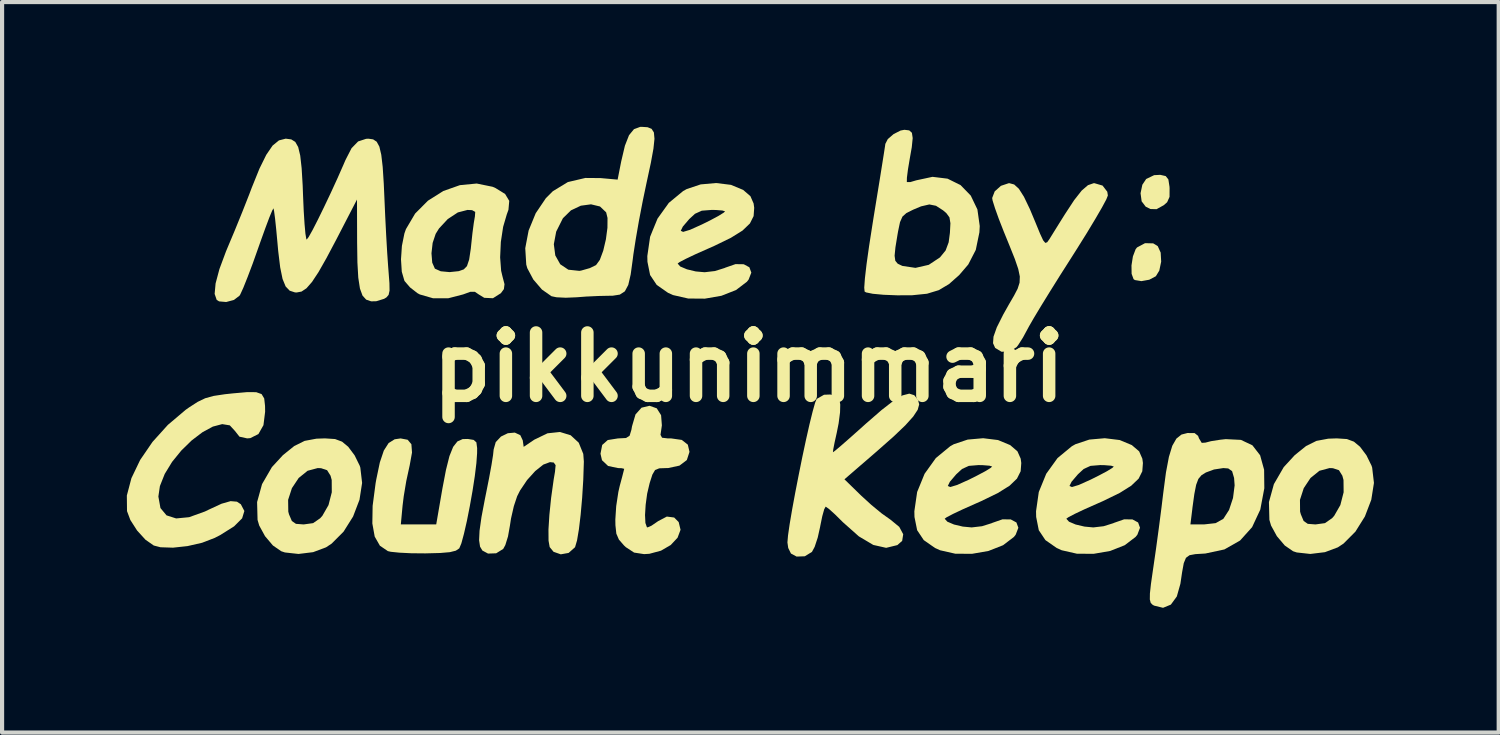
<source format=kicad_pcb>
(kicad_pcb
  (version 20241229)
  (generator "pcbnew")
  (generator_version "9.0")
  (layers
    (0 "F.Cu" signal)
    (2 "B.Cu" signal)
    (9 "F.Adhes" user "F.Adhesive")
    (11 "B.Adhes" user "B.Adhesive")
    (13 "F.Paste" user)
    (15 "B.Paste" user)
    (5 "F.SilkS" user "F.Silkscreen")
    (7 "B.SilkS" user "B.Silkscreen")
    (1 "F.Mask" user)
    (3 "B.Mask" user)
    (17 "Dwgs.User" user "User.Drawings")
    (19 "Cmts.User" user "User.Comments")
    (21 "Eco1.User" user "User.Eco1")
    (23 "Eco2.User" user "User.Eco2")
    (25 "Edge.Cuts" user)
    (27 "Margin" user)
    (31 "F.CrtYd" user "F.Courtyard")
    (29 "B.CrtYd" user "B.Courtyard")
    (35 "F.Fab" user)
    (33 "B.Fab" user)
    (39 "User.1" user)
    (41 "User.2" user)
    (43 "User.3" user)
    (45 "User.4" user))
  (footprint "pikkunimmari"
    (layer "F.Cu")
    (at 14.956 5.779)
    (property "Reference" "pikkunimmari" (at 0 0 0) (layer "F.SilkS") (effects (font (size 1.524 1.524) (thickness 0.3))))
    (attr board_only exclude_from_pos_files exclude_from_bom)
    (fp_poly (pts (xy 9.724 -2.977) (xy 9.832 -2.911) (xy 9.903 -2.755) (xy 9.915 -2.538) (xy 9.87 -2.323) (xy 9.787 -2.187) (xy 9.629 -2.103) (xy 9.439 -2.069) (xy 9.283 -2.095) (xy 9.251 -2.117) (xy 9.204 -2.245) (xy 9.201 -2.447) (xy 9.235 -2.663) (xy 9.3 -2.835) (xy 9.334 -2.879) (xy 9.527 -2.982)) (stroke (width 0) (type solid)) (fill yes) (layer "F.SilkS"))
    (fp_poly (pts (xy 10.024 -4.595) (xy 10.088 -4.514) (xy 10.115 -4.339) (xy 10.117 -4.305) (xy 10.116 -4.095) (xy 10.058 -3.966) (xy 9.977 -3.895) (xy 9.803 -3.799) (xy 9.657 -3.803) (xy 9.543 -3.859) (xy 9.445 -3.988) (xy 9.419 -4.183) (xy 9.462 -4.387) (xy 9.554 -4.525) (xy 9.745 -4.617) (xy 9.893 -4.625)) (stroke (width 0) (type solid)) (fill yes) (layer "F.SilkS"))
    (fp_poly (pts (xy -8.204 1.745) (xy -8.114 1.852) (xy -8.099 2.052) (xy -8.155 2.362) (xy -8.164 2.402) (xy -8.237 2.738) (xy -8.298 3.103) (xy -8.326 3.33) (xy -8.368 3.781) (xy -7.517 3.781) (xy -7.369 2.923) (xy -7.282 2.468) (xy -7.199 2.138) (xy -7.11 1.916) (xy -7.007 1.785) (xy -6.881 1.729) (xy -6.756 1.726) (xy -6.616 1.749) (xy -6.551 1.808) (xy -6.533 1.946) (xy -6.534 2.069) (xy -6.551 2.306) (xy -6.589 2.618) (xy -6.644 2.975) (xy -6.71 3.346) (xy -6.78 3.7) (xy -6.85 4.006) (xy -6.912 4.235) (xy -6.962 4.355) (xy -6.965 4.358) (xy -7.045 4.412) (xy -7.189 4.448) (xy -7.423 4.468) (xy -7.772 4.477) (xy -7.795 4.477) (xy -8.12 4.474) (xy -8.404 4.46) (xy -8.608 4.439) (xy -8.679 4.423) (xy -8.871 4.293) (xy -8.996 4.074) (xy -9.053 3.758) (xy -9.046 3.335) (xy -8.975 2.794) (xy -8.959 2.703) (xy -8.873 2.291) (xy -8.777 2.005) (xy -8.662 1.825) (xy -8.517 1.734) (xy -8.374 1.713)) (stroke (width 0) (type solid)) (fill yes) (layer "F.SilkS"))
    (fp_poly (pts (xy -9.949 1.728) (xy -9.781 1.791) (xy -9.633 1.914) (xy -9.479 2.12) (xy -9.357 2.368) (xy -9.342 2.414) (xy -9.299 2.783) (xy -9.362 3.188) (xy -9.516 3.591) (xy -9.745 3.955) (xy -10.031 4.242) (xy -10.167 4.332) (xy -10.477 4.448) (xy -10.829 4.491) (xy -11.155 4.455) (xy -11.243 4.426) (xy -11.443 4.288) (xy -11.633 4.064) (xy -11.773 3.808) (xy -11.813 3.672) (xy -11.824 3.243) (xy -11.809 3.19) (xy -11.078 3.19) (xy -11.074 3.473) (xy -11.057 3.538) (xy -10.988 3.699) (xy -10.89 3.767) (xy -10.707 3.781) (xy -10.703 3.781) (xy -10.477 3.75) (xy -10.307 3.632) (xy -10.255 3.574) (xy -10.107 3.316) (xy -10.028 3.008) (xy -10.03 2.712) (xy -10.058 2.609) (xy -10.141 2.477) (xy -10.286 2.429) (xy -10.367 2.426) (xy -10.61 2.491) (xy -10.824 2.664) (xy -10.987 2.909) (xy -11.078 3.19) (xy -11.809 3.19) (xy -11.705 2.812) (xy -11.468 2.403) (xy -11.203 2.115) (xy -10.931 1.896) (xy -10.681 1.772) (xy -10.397 1.719) (xy -10.193 1.712)) (stroke (width 0) (type solid)) (fill yes) (layer "F.SilkS"))
    (fp_poly (pts (xy 14.381 1.728) (xy 14.549 1.791) (xy 14.697 1.914) (xy 14.851 2.12) (xy 14.973 2.368) (xy 14.988 2.414) (xy 15.031 2.783) (xy 14.967 3.188) (xy 14.813 3.591) (xy 14.585 3.955) (xy 14.299 4.242) (xy 14.163 4.332) (xy 13.853 4.448) (xy 13.501 4.491) (xy 13.175 4.455) (xy 13.087 4.426) (xy 12.887 4.288) (xy 12.697 4.064) (xy 12.557 3.808) (xy 12.517 3.672) (xy 12.506 3.243) (xy 12.521 3.19) (xy 13.252 3.19) (xy 13.255 3.473) (xy 13.273 3.538) (xy 13.341 3.699) (xy 13.44 3.767) (xy 13.623 3.781) (xy 13.627 3.781) (xy 13.853 3.75) (xy 14.023 3.632) (xy 14.075 3.574) (xy 14.223 3.316) (xy 14.302 3.008) (xy 14.299 2.712) (xy 14.271 2.609) (xy 14.189 2.477) (xy 14.044 2.429) (xy 13.963 2.426) (xy 13.72 2.491) (xy 13.506 2.664) (xy 13.343 2.909) (xy 13.252 3.19) (xy 12.521 3.19) (xy 12.625 2.812) (xy 12.862 2.403) (xy 13.127 2.115) (xy 13.399 1.896) (xy 13.649 1.772) (xy 13.933 1.719) (xy 14.137 1.712)) (stroke (width 0) (type solid)) (fill yes) (layer "F.SilkS"))
    (fp_poly (pts (xy -11.846 0.601) (xy -11.716 0.647) (xy -11.653 0.752) (xy -11.633 0.931) (xy -11.631 1.072) (xy -11.671 1.394) (xy -11.792 1.608) (xy -11.988 1.706) (xy -12.063 1.712) (xy -12.248 1.671) (xy -12.356 1.534) (xy -12.48 1.399) (xy -12.663 1.369) (xy -12.889 1.429) (xy -13.139 1.565) (xy -13.398 1.762) (xy -13.646 2.004) (xy -13.868 2.277) (xy -14.045 2.567) (xy -14.161 2.858) (xy -14.198 3.11) (xy -14.148 3.387) (xy -14.002 3.563) (xy -13.77 3.637) (xy -13.459 3.607) (xy -13.078 3.47) (xy -12.985 3.425) (xy -12.678 3.283) (xy -12.461 3.221) (xy -12.309 3.234) (xy -12.215 3.296) (xy -12.13 3.458) (xy -12.184 3.634) (xy -12.377 3.827) (xy -12.711 4.037) (xy -12.843 4.105) (xy -13.147 4.222) (xy -13.497 4.302) (xy -13.846 4.34) (xy -14.147 4.33) (xy -14.309 4.288) (xy -14.508 4.149) (xy -14.71 3.927) (xy -14.872 3.674) (xy -14.952 3.461) (xy -14.956 3.086) (xy -14.846 2.669) (xy -14.636 2.231) (xy -14.339 1.797) (xy -13.969 1.387) (xy -13.54 1.024) (xy -13.459 0.967) (xy -13.253 0.834) (xy -13.072 0.747) (xy -12.869 0.691) (xy -12.596 0.65) (xy -12.408 0.63) (xy -12.068 0.6)) (stroke (width 0) (type solid)) (fill yes) (layer "F.SilkS"))
    (fp_poly (pts (xy -4.284 1.637) (xy -4.09 1.816) (xy -3.981 2.085) (xy -3.967 2.271) (xy -3.981 2.706) (xy -4.008 3.141) (xy -4.044 3.547) (xy -4.086 3.899) (xy -4.131 4.166) (xy -4.177 4.323) (xy -4.184 4.334) (xy -4.333 4.466) (xy -4.522 4.5) (xy -4.696 4.439) (xy -4.789 4.325) (xy -4.816 4.172) (xy -4.818 3.906) (xy -4.796 3.553) (xy -4.754 3.142) (xy -4.692 2.697) (xy -4.661 2.515) (xy -4.646 2.356) (xy -4.691 2.293) (xy -4.782 2.283) (xy -4.941 2.342) (xy -5.135 2.496) (xy -5.332 2.714) (xy -5.501 2.965) (xy -5.571 3.103) (xy -5.65 3.34) (xy -5.718 3.637) (xy -5.746 3.817) (xy -5.791 4.07) (xy -5.855 4.277) (xy -5.906 4.37) (xy -6.075 4.475) (xy -6.271 4.482) (xy -6.407 4.409) (xy -6.463 4.315) (xy -6.486 4.161) (xy -6.475 3.932) (xy -6.429 3.606) (xy -6.346 3.168) (xy -6.314 3.01) (xy -6.245 2.662) (xy -6.188 2.351) (xy -6.15 2.111) (xy -6.136 1.978) (xy -6.086 1.802) (xy -5.96 1.668) (xy -5.795 1.588) (xy -5.627 1.573) (xy -5.495 1.635) (xy -5.436 1.761) (xy -5.414 1.916) (xy -5.158 1.743) (xy -4.841 1.59) (xy -4.542 1.558)) (stroke (width 0) (type solid)) (fill yes) (layer "F.SilkS"))
    (fp_poly (pts (xy 8.505 -4.367) (xy 8.619 -4.219) (xy 8.633 -4.129) (xy 8.596 -4.035) (xy 8.492 -3.841) (xy 8.331 -3.564) (xy 8.126 -3.224) (xy 7.886 -2.84) (xy 7.751 -2.627) (xy 7.486 -2.211) (xy 7.239 -1.816) (xy 7.022 -1.464) (xy 6.85 -1.178) (xy 6.736 -0.98) (xy 6.708 -0.928) (xy 6.591 -0.712) (xy 6.478 -0.534) (xy 6.438 -0.482) (xy 6.269 -0.376) (xy 6.075 -0.371) (xy 5.923 -0.463) (xy 5.872 -0.576) (xy 5.883 -0.734) (xy 5.962 -0.957) (xy 6.116 -1.264) (xy 6.253 -1.508) (xy 6.377 -1.721) (xy 6.463 -1.886) (xy 6.51 -2.031) (xy 6.516 -2.18) (xy 6.478 -2.362) (xy 6.396 -2.602) (xy 6.266 -2.927) (xy 6.127 -3.268) (xy 6.011 -3.565) (xy 5.919 -3.822) (xy 5.862 -4.004) (xy 5.851 -4.068) (xy 5.912 -4.227) (xy 6.062 -4.361) (xy 6.247 -4.423) (xy 6.265 -4.424) (xy 6.38 -4.393) (xy 6.493 -4.29) (xy 6.615 -4.098) (xy 6.758 -3.8) (xy 6.891 -3.482) (xy 7.003 -3.209) (xy 7.077 -3.05) (xy 7.129 -2.988) (xy 7.174 -3.004) (xy 7.227 -3.078) (xy 7.318 -3.225) (xy 7.454 -3.444) (xy 7.598 -3.674) (xy 7.823 -4.017) (xy 8.003 -4.246) (xy 8.154 -4.376) (xy 8.289 -4.423) (xy 8.31 -4.424)) (stroke (width 0) (type solid)) (fill yes) (layer "F.SilkS"))
    (fp_poly (pts (xy -6.162 -4.338) (xy -6.091 -4.307) (xy -5.86 -4.164) (xy -5.761 -3.999) (xy -5.78 -3.785) (xy -5.821 -3.671) (xy -5.908 -3.374) (xy -5.963 -3.012) (xy -5.98 -2.641) (xy -5.956 -2.318) (xy -5.924 -2.183) (xy -5.875 -1.996) (xy -5.89 -1.877) (xy -5.962 -1.779) (xy -6.153 -1.658) (xy -6.362 -1.668) (xy -6.494 -1.749) (xy -6.588 -1.813) (xy -6.695 -1.813) (xy -6.872 -1.749) (xy -7.228 -1.657) (xy -7.593 -1.657) (xy -7.912 -1.749) (xy -7.969 -1.78) (xy -8.147 -1.919) (xy -8.276 -2.069) (xy -8.283 -2.082) (xy -8.345 -2.296) (xy -8.364 -2.593) (xy -8.354 -2.739) (xy -7.631 -2.739) (xy -7.613 -2.514) (xy -7.549 -2.369) (xy -7.408 -2.306) (xy -7.195 -2.286) (xy -6.975 -2.309) (xy -6.854 -2.352) (xy -6.778 -2.43) (xy -6.725 -2.588) (xy -6.685 -2.853) (xy -6.676 -2.941) (xy -6.646 -3.222) (xy -6.614 -3.464) (xy -6.588 -3.618) (xy -6.587 -3.621) (xy -6.579 -3.734) (xy -6.655 -3.776) (xy -6.765 -3.781) (xy -6.997 -3.721) (xy -7.24 -3.561) (xy -7.45 -3.335) (xy -7.53 -3.206) (xy -7.603 -2.988) (xy -7.631 -2.739) (xy -8.354 -2.739) (xy -8.342 -2.917) (xy -8.282 -3.215) (xy -8.245 -3.32) (xy -8.024 -3.694) (xy -7.715 -4.004) (xy -7.347 -4.236) (xy -6.947 -4.377) (xy -6.543 -4.416)) (stroke (width 0) (type solid)) (fill yes) (layer "F.SilkS"))
    (fp_poly (pts (xy -0.429 -4.384) (xy -0.138 -4.263) (xy -0.135 -4.261) (xy 0.038 -4.112) (xy 0.115 -3.936) (xy 0.129 -3.832) (xy 0.115 -3.633) (xy 0.026 -3.456) (xy -0.152 -3.285) (xy -0.433 -3.11) (xy -0.834 -2.915) (xy -0.981 -2.85) (xy -1.274 -2.72) (xy -1.51 -2.608) (xy -1.665 -2.527) (xy -1.712 -2.492) (xy -1.649 -2.421) (xy -1.488 -2.353) (xy -1.276 -2.302) (xy -1.063 -2.283) (xy -0.815 -2.312) (xy -0.585 -2.384) (xy -0.563 -2.394) (xy -0.321 -2.478) (xy -0.122 -2.475) (xy 0.013 -2.402) (xy 0.06 -2.274) (xy -0.005 -2.107) (xy -0.047 -2.054) (xy -0.308 -1.855) (xy -0.659 -1.717) (xy -1.056 -1.648) (xy -1.458 -1.651) (xy -1.823 -1.734) (xy -1.943 -1.788) (xy -2.215 -1.978) (xy -2.374 -2.216) (xy -2.438 -2.534) (xy -2.441 -2.672) (xy -2.374 -3.135) (xy -2.316 -3.279) (xy -1.637 -3.279) (xy -1.58 -3.253) (xy -1.412 -3.304) (xy -1.13 -3.431) (xy -0.932 -3.529) (xy -0.736 -3.634) (xy -0.605 -3.715) (xy -0.571 -3.747) (xy -0.635 -3.767) (xy -0.797 -3.78) (xy -0.899 -3.781) (xy -1.131 -3.763) (xy -1.296 -3.688) (xy -1.434 -3.56) (xy -1.587 -3.381) (xy -1.637 -3.279) (xy -2.316 -3.279) (xy -2.195 -3.573) (xy -1.924 -3.951) (xy -1.58 -4.235) (xy -1.492 -4.284) (xy -1.159 -4.395) (xy -0.787 -4.428)) (stroke (width 0) (type solid)) (fill yes) (layer "F.SilkS"))
    (fp_poly (pts (xy 5.992 1.752) (xy 6.283 1.873) (xy 6.286 1.875) (xy 6.459 2.024) (xy 6.537 2.2) (xy 6.551 2.304) (xy 6.536 2.503) (xy 6.447 2.68) (xy 6.27 2.85) (xy 5.988 3.026) (xy 5.587 3.221) (xy 5.44 3.286) (xy 5.148 3.416) (xy 4.911 3.528) (xy 4.756 3.609) (xy 4.709 3.644) (xy 4.773 3.715) (xy 4.933 3.783) (xy 5.145 3.833) (xy 5.358 3.853) (xy 5.607 3.824) (xy 5.837 3.752) (xy 5.859 3.742) (xy 6.1 3.658) (xy 6.299 3.661) (xy 6.434 3.734) (xy 6.481 3.861) (xy 6.416 4.029) (xy 6.374 4.082) (xy 6.113 4.281) (xy 5.762 4.419) (xy 5.365 4.488) (xy 4.963 4.485) (xy 4.598 4.402) (xy 4.478 4.348) (xy 4.206 4.158) (xy 4.047 3.92) (xy 3.983 3.602) (xy 3.98 3.464) (xy 4.047 3.001) (xy 4.106 2.857) (xy 4.784 2.857) (xy 4.841 2.882) (xy 5.009 2.832) (xy 5.292 2.705) (xy 5.489 2.606) (xy 5.685 2.502) (xy 5.816 2.421) (xy 5.851 2.389) (xy 5.787 2.369) (xy 5.625 2.356) (xy 5.522 2.354) (xy 5.29 2.373) (xy 5.126 2.448) (xy 4.987 2.576) (xy 4.834 2.755) (xy 4.784 2.857) (xy 4.106 2.857) (xy 4.226 2.563) (xy 4.497 2.185) (xy 4.842 1.901) (xy 4.929 1.852) (xy 5.262 1.741) (xy 5.634 1.708)) (stroke (width 0) (type solid)) (fill yes) (layer "F.SilkS"))
    (fp_poly (pts (xy 8.918 1.752) (xy 9.208 1.873) (xy 9.211 1.875) (xy 9.385 2.024) (xy 9.462 2.2) (xy 9.476 2.304) (xy 9.461 2.503) (xy 9.373 2.68) (xy 9.195 2.85) (xy 8.913 3.026) (xy 8.513 3.221) (xy 8.366 3.286) (xy 8.073 3.416) (xy 7.836 3.528) (xy 7.682 3.609) (xy 7.634 3.644) (xy 7.698 3.715) (xy 7.858 3.783) (xy 8.071 3.833) (xy 8.283 3.853) (xy 8.532 3.824) (xy 8.762 3.752) (xy 8.784 3.742) (xy 9.025 3.658) (xy 9.225 3.661) (xy 9.36 3.734) (xy 9.406 3.861) (xy 9.342 4.029) (xy 9.299 4.082) (xy 9.038 4.281) (xy 8.688 4.419) (xy 8.29 4.488) (xy 7.888 4.485) (xy 7.523 4.402) (xy 7.403 4.348) (xy 7.131 4.158) (xy 6.972 3.92) (xy 6.909 3.602) (xy 6.906 3.464) (xy 6.972 3.001) (xy 7.031 2.857) (xy 7.71 2.857) (xy 7.767 2.882) (xy 7.934 2.832) (xy 8.217 2.705) (xy 8.415 2.606) (xy 8.611 2.502) (xy 8.742 2.421) (xy 8.776 2.389) (xy 8.712 2.369) (xy 8.55 2.356) (xy 8.448 2.354) (xy 8.215 2.373) (xy 8.051 2.448) (xy 7.913 2.576) (xy 7.76 2.755) (xy 7.71 2.857) (xy 7.031 2.857) (xy 7.151 2.563) (xy 7.423 2.185) (xy 7.767 1.901) (xy 7.854 1.852) (xy 8.187 1.741) (xy 8.559 1.708)) (stroke (width 0) (type solid)) (fill yes) (layer "F.SilkS"))
    (fp_poly (pts (xy -2.214 0.989) (xy -2.11 1.154) (xy -2.091 1.398) (xy -2.101 1.47) (xy -2.124 1.627) (xy -2.087 1.696) (xy -1.955 1.712) (xy -1.873 1.712) (xy -1.612 1.749) (xy -1.467 1.863) (xy -1.427 2.037) (xy -1.491 2.233) (xy -1.668 2.367) (xy -1.937 2.425) (xy -1.983 2.426) (xy -2.154 2.432) (xy -2.254 2.472) (xy -2.319 2.582) (xy -2.387 2.794) (xy -2.387 2.796) (xy -2.445 3.042) (xy -2.481 3.308) (xy -2.496 3.555) (xy -2.487 3.746) (xy -2.452 3.846) (xy -2.435 3.853) (xy -2.342 3.812) (xy -2.198 3.714) (xy -2.186 3.705) (xy -1.972 3.592) (xy -1.795 3.615) (xy -1.687 3.724) (xy -1.642 3.91) (xy -1.714 4.101) (xy -1.878 4.276) (xy -2.112 4.412) (xy -2.391 4.487) (xy -2.519 4.495) (xy -2.759 4.458) (xy -2.959 4.327) (xy -3.002 4.286) (xy -3.124 4.146) (xy -3.186 4.003) (xy -3.208 3.8) (xy -3.21 3.662) (xy -3.189 3.34) (xy -3.137 2.998) (xy -3.104 2.854) (xy -3.046 2.638) (xy -3.008 2.489) (xy -2.997 2.444) (xy -3.057 2.429) (xy -3.144 2.426) (xy -3.384 2.376) (xy -3.531 2.237) (xy -3.567 2.081) (xy -3.526 1.87) (xy -3.392 1.752) (xy -3.148 1.713) (xy -3.126 1.712) (xy -2.953 1.703) (xy -2.867 1.648) (xy -2.824 1.507) (xy -2.809 1.422) (xy -2.725 1.136) (xy -2.58 0.974) (xy -2.388 0.928)) (stroke (width 0) (type solid)) (fill yes) (layer "F.SilkS"))
    (fp_poly (pts (xy -2.435 -5.77) (xy -2.338 -5.731) (xy -2.283 -5.644) (xy -2.269 -5.491) (xy -2.294 -5.253) (xy -2.356 -4.914) (xy -2.455 -4.454) (xy -2.457 -4.445) (xy -2.552 -3.991) (xy -2.643 -3.518) (xy -2.72 -3.074) (xy -2.777 -2.706) (xy -2.79 -2.6) (xy -2.841 -2.229) (xy -2.899 -1.978) (xy -2.981 -1.824) (xy -3.102 -1.745) (xy -3.276 -1.718) (xy -3.384 -1.717) (xy -3.616 -1.712) (xy -3.915 -1.698) (xy -4.138 -1.681) (xy -4.402 -1.67) (xy -4.626 -1.681) (xy -4.745 -1.706) (xy -4.974 -1.866) (xy -5.183 -2.109) (xy -5.327 -2.38) (xy -5.352 -2.467) (xy -5.376 -2.86) (xy -5.358 -2.957) (xy -4.689 -2.957) (xy -4.654 -2.687) (xy -4.535 -2.475) (xy -4.34 -2.344) (xy -4.077 -2.316) (xy -4.035 -2.322) (xy -3.824 -2.382) (xy -3.674 -2.455) (xy -3.583 -2.58) (xy -3.501 -2.801) (xy -3.437 -3.073) (xy -3.4 -3.351) (xy -3.398 -3.588) (xy -3.431 -3.723) (xy -3.579 -3.864) (xy -3.795 -3.916) (xy -4.04 -3.883) (xy -4.277 -3.771) (xy -4.468 -3.584) (xy -4.474 -3.575) (xy -4.632 -3.26) (xy -4.689 -2.957) (xy -5.358 -2.957) (xy -5.295 -3.286) (xy -5.125 -3.701) (xy -4.881 -4.063) (xy -4.712 -4.232) (xy -4.352 -4.451) (xy -3.931 -4.55) (xy -3.565 -4.547) (xy -3.155 -4.51) (xy -3.069 -4.947) (xy -2.98 -5.325) (xy -2.881 -5.578) (xy -2.762 -5.723) (xy -2.613 -5.778) (xy -2.575 -5.779)) (stroke (width 0) (type solid)) (fill yes) (layer "F.SilkS"))
    (fp_poly (pts (xy 10.719 1.585) (xy 10.802 1.651) (xy 10.824 1.711) (xy 10.89 1.82) (xy 10.979 1.814) (xy 11.114 1.779) (xy 11.331 1.745) (xy 11.468 1.73) (xy 11.832 1.748) (xy 12.108 1.878) (xy 12.294 2.118) (xy 12.39 2.466) (xy 12.395 2.911) (xy 12.298 3.425) (xy 12.101 3.847) (xy 11.812 4.168) (xy 11.436 4.382) (xy 10.98 4.48) (xy 10.954 4.482) (xy 10.738 4.495) (xy 10.597 4.521) (xy 10.511 4.584) (xy 10.458 4.712) (xy 10.418 4.931) (xy 10.377 5.208) (xy 10.291 5.513) (xy 10.148 5.709) (xy 9.96 5.786) (xy 9.744 5.733) (xy 9.706 5.711) (xy 9.663 5.667) (xy 9.642 5.585) (xy 9.644 5.442) (xy 9.669 5.212) (xy 9.718 4.87) (xy 9.728 4.802) (xy 9.79 4.373) (xy 9.858 3.872) (xy 9.87 3.781) (xy 10.618 3.781) (xy 10.945 3.781) (xy 11.224 3.75) (xy 11.406 3.648) (xy 11.412 3.643) (xy 11.547 3.433) (xy 11.642 3.146) (xy 11.681 2.842) (xy 11.668 2.664) (xy 11.62 2.5) (xy 11.528 2.435) (xy 11.409 2.426) (xy 11.185 2.46) (xy 10.99 2.532) (xy 10.884 2.598) (xy 10.809 2.687) (xy 10.756 2.828) (xy 10.712 3.051) (xy 10.666 3.385) (xy 10.664 3.407) (xy 10.618 3.781) (xy 9.87 3.781) (xy 9.923 3.369) (xy 9.964 3.032) (xy 10.03 2.531) (xy 10.101 2.156) (xy 10.182 1.89) (xy 10.281 1.717) (xy 10.403 1.62) (xy 10.547 1.583)) (stroke (width 0) (type solid)) (fill yes) (layer "F.SilkS"))
    (fp_poly (pts (xy 3.978 0.674) (xy 4.069 0.788) (xy 4.069 0.789) (xy 4.096 0.896) (xy 4.06 1.025) (xy 3.952 1.188) (xy 3.763 1.398) (xy 3.481 1.667) (xy 3.096 2.007) (xy 3.042 2.054) (xy 2.299 2.696) (xy 2.701 3.088) (xy 2.943 3.309) (xy 3.194 3.516) (xy 3.402 3.664) (xy 3.407 3.667) (xy 3.617 3.84) (xy 3.712 4.017) (xy 3.687 4.176) (xy 3.572 4.278) (xy 3.302 4.344) (xy 2.992 4.274) (xy 2.645 4.068) (xy 2.261 3.727) (xy 2.25 3.716) (xy 2.069 3.537) (xy 1.926 3.408) (xy 1.849 3.354) (xy 1.847 3.353) (xy 1.812 3.418) (xy 1.765 3.587) (xy 1.716 3.826) (xy 1.715 3.835) (xy 1.656 4.099) (xy 1.583 4.32) (xy 1.518 4.441) (xy 1.346 4.547) (xy 1.149 4.554) (xy 1.013 4.481) (xy 0.947 4.347) (xy 0.928 4.214) (xy 0.942 4.047) (xy 0.981 3.777) (xy 1.04 3.429) (xy 1.114 3.027) (xy 1.198 2.596) (xy 1.286 2.16) (xy 1.375 1.743) (xy 1.459 1.371) (xy 1.534 1.067) (xy 1.593 0.856) (xy 1.631 0.764) (xy 1.808 0.663) (xy 1.958 0.657) (xy 2.116 0.694) (xy 2.182 0.797) (xy 2.198 0.9) (xy 2.193 1.088) (xy 2.159 1.35) (xy 2.114 1.577) (xy 2.062 1.811) (xy 2.029 1.98) (xy 2.022 2.046) (xy 2.077 2.006) (xy 2.219 1.886) (xy 2.428 1.703) (xy 2.687 1.473) (xy 2.819 1.354) (xy 3.19 1.032) (xy 3.478 0.808) (xy 3.696 0.678) (xy 3.858 0.636)) (stroke (width 0) (type solid)) (fill yes) (layer "F.SilkS"))
    (fp_poly (pts (xy 3.856 -5.694) (xy 3.921 -5.636) (xy 3.94 -5.509) (xy 3.918 -5.289) (xy 3.869 -5.011) (xy 3.826 -4.754) (xy 3.801 -4.556) (xy 3.799 -4.456) (xy 3.802 -4.451) (xy 3.883 -4.451) (xy 4.026 -4.493) (xy 4.417 -4.577) (xy 4.778 -4.533) (xy 5.091 -4.378) (xy 5.336 -4.126) (xy 5.496 -3.793) (xy 5.552 -3.394) (xy 5.544 -3.242) (xy 5.457 -2.82) (xy 5.276 -2.469) (xy 5.06 -2.217) (xy 4.813 -1.998) (xy 4.567 -1.852) (xy 4.284 -1.766) (xy 3.929 -1.73) (xy 3.57 -1.728) (xy 3.24 -1.741) (xy 2.98 -1.765) (xy 2.819 -1.798) (xy 2.784 -1.818) (xy 2.775 -1.912) (xy 2.791 -2.135) (xy 2.83 -2.473) (xy 2.859 -2.68) (xy 3.505 -2.68) (xy 3.522 -2.558) (xy 3.58 -2.488) (xy 3.683 -2.439) (xy 3.692 -2.435) (xy 4.007 -2.388) (xy 4.326 -2.461) (xy 4.596 -2.64) (xy 4.732 -2.807) (xy 4.805 -3.003) (xy 4.835 -3.23) (xy 4.847 -3.461) (xy 4.824 -3.602) (xy 4.75 -3.703) (xy 4.672 -3.77) (xy 4.5 -3.881) (xy 4.34 -3.913) (xy 4.141 -3.867) (xy 3.951 -3.787) (xy 3.79 -3.707) (xy 3.694 -3.621) (xy 3.635 -3.487) (xy 3.588 -3.263) (xy 3.576 -3.194) (xy 3.525 -2.882) (xy 3.505 -2.68) (xy 2.859 -2.68) (xy 2.892 -2.914) (xy 2.975 -3.446) (xy 3 -3.605) (xy 3.078 -4.083) (xy 3.148 -4.513) (xy 3.206 -4.877) (xy 3.25 -5.154) (xy 3.276 -5.324) (xy 3.282 -5.369) (xy 3.341 -5.484) (xy 3.481 -5.605) (xy 3.648 -5.69) (xy 3.74 -5.708)) (stroke (width 0) (type solid)) (fill yes) (layer "F.SilkS"))
    (fp_poly (pts (xy -9.034 -5.478) (xy -8.948 -5.421) (xy -8.884 -5.303) (xy -8.838 -5.107) (xy -8.804 -4.815) (xy -8.778 -4.41) (xy -8.763 -4.074) (xy -8.743 -3.622) (xy -8.72 -3.169) (xy -8.696 -2.756) (xy -8.673 -2.424) (xy -8.664 -2.309) (xy -8.642 -2.02) (xy -8.639 -1.841) (xy -8.662 -1.738) (xy -8.715 -1.677) (xy -8.77 -1.644) (xy -8.957 -1.586) (xy -9.081 -1.583) (xy -9.201 -1.624) (xy -9.289 -1.721) (xy -9.351 -1.891) (xy -9.391 -2.151) (xy -9.412 -2.518) (xy -9.419 -2.997) (xy -9.422 -4.031) (xy -9.916 -3.076) (xy -10.156 -2.623) (xy -10.348 -2.285) (xy -10.505 -2.048) (xy -10.637 -1.897) (xy -10.756 -1.818) (xy -10.873 -1.796) (xy -10.913 -1.798) (xy -11.04 -1.839) (xy -11.138 -1.941) (xy -11.212 -2.122) (xy -11.269 -2.401) (xy -11.317 -2.797) (xy -11.334 -2.986) (xy -11.364 -3.309) (xy -11.392 -3.575) (xy -11.416 -3.755) (xy -11.43 -3.82) (xy -11.461 -3.766) (xy -11.53 -3.599) (xy -11.626 -3.343) (xy -11.742 -3.021) (xy -11.8 -2.857) (xy -11.929 -2.493) (xy -12.052 -2.168) (xy -12.155 -1.91) (xy -12.229 -1.748) (xy -12.247 -1.719) (xy -12.381 -1.617) (xy -12.567 -1.567) (xy -12.737 -1.582) (xy -12.795 -1.617) (xy -12.845 -1.762) (xy -12.822 -2.014) (xy -12.73 -2.359) (xy -12.572 -2.784) (xy -12.532 -2.88) (xy -12.364 -3.28) (xy -12.18 -3.732) (xy -12.011 -4.161) (xy -11.952 -4.317) (xy -11.767 -4.775) (xy -11.603 -5.107) (xy -11.451 -5.329) (xy -11.299 -5.453) (xy -11.139 -5.494) (xy -11.129 -5.494) (xy -11.002 -5.477) (xy -10.906 -5.417) (xy -10.836 -5.293) (xy -10.787 -5.089) (xy -10.753 -4.786) (xy -10.728 -4.368) (xy -10.719 -4.127) (xy -10.703 -3.757) (xy -10.683 -3.443) (xy -10.662 -3.21) (xy -10.641 -3.084) (xy -10.632 -3.068) (xy -10.585 -3.129) (xy -10.491 -3.296) (xy -10.363 -3.546) (xy -10.213 -3.853) (xy -10.051 -4.194) (xy -9.89 -4.545) (xy -9.742 -4.881) (xy -9.7 -4.979) (xy -9.553 -5.265) (xy -9.395 -5.428) (xy -9.203 -5.491) (xy -9.146 -5.494)) (stroke (width 0) (type solid)) (fill yes) (layer "F.SilkS")))
  (gr_rect
    (start -3 -3)
    (end 32.987 14.565)
    (stroke (width 0.1) (type default))
    (fill no)
    (layer "Edge.Cuts")))
</source>
